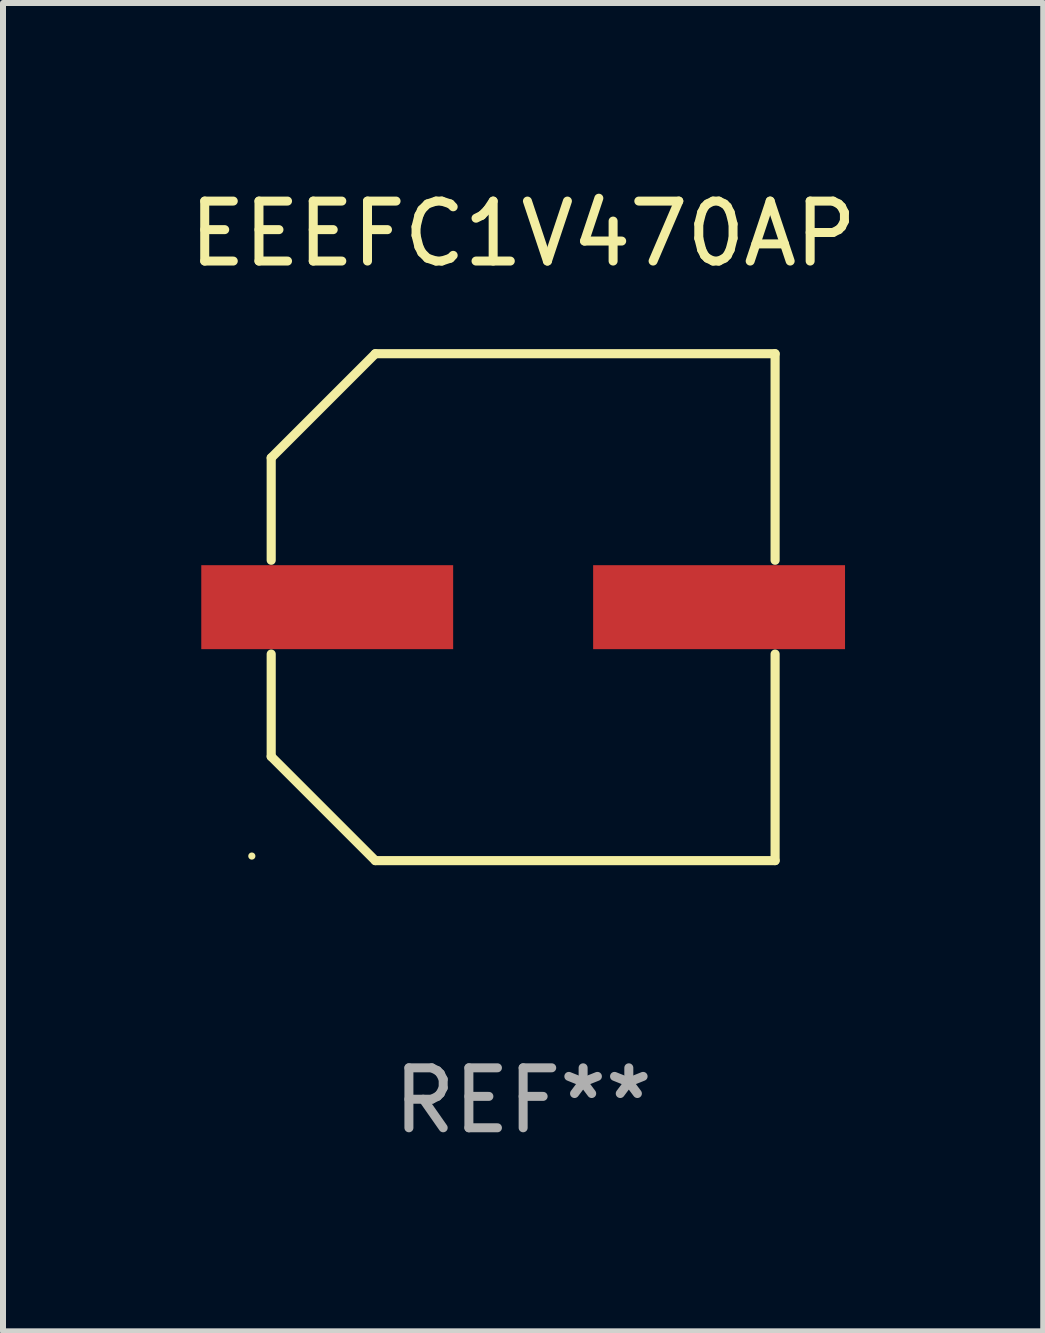
<source format=kicad_pcb>
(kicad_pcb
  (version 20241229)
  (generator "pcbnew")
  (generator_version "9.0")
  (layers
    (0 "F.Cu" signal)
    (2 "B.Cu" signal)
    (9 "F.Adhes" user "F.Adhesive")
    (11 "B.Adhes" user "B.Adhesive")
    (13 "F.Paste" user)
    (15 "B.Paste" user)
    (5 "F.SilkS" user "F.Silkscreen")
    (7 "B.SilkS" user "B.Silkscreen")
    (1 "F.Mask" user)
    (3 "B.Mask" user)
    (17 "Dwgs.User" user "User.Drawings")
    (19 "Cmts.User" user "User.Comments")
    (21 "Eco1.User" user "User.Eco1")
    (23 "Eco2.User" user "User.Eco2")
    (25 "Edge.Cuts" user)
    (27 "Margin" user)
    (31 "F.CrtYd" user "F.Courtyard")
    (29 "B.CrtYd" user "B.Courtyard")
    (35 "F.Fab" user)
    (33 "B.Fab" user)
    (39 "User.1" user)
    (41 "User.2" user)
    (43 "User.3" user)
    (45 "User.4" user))
  (footprint "EEEFC1V470AP"
    (layer "F.Cu")
    (at 5.673 7.074)
    (property "Reference" "EEEFC1V470AP" (at 0 -6.226 0) (layer "F.SilkS") (effects (font (size 1 1) (thickness 0.15))))
    (attr through_hole)
    (fp_line (start -4.201 -2.49) (end -4.201 -0.782) (stroke (width 0.152) (type solid)) (layer "F.SilkS"))
    (fp_line (start -4.201 2.49) (end -4.201 0.782) (stroke (width 0.152) (type solid)) (layer "F.SilkS"))
    (fp_line (start -2.465 -4.226) (end -4.201 -2.49) (stroke (width 0.152) (type solid)) (layer "F.SilkS"))
    (fp_line (start -2.465 4.226) (end -4.201 2.49) (stroke (width 0.152) (type solid)) (layer "F.SilkS"))
    (fp_line (start 4.201 -4.226) (end -2.465 -4.226) (stroke (width 0.152) (type solid)) (layer "F.SilkS"))
    (fp_line (start 4.201 -0.782) (end 4.201 -4.226) (stroke (width 0.152) (type solid)) (layer "F.SilkS"))
    (fp_line (start 4.201 0.782) (end 4.201 4.226) (stroke (width 0.152) (type solid)) (layer "F.SilkS"))
    (fp_line (start 4.201 4.226) (end -2.465 4.226) (stroke (width 0.152) (type solid)) (layer "F.SilkS"))
    (fp_circle (center -4.524 4.15) (end -4.494 4.15) (stroke (width 0.06) (type solid)) (fill no) (layer "F.SilkS"))
    (fp_text user "REF**" (at 0 8.226 0) (layer "F.Fab") (effects (font (size 1 1) (thickness 0.15))))
    (pad "1" smd rect (at -3.267 0) (size 4.2 1.4) (layers "F.Cu" "F.Mask" "F.Paste"))
    (pad "2" smd rect (at 3.267 0) (size 4.2 1.4) (layers "F.Cu" "F.Mask" "F.Paste")))
  (gr_rect
    (start -3 -3)
    (end 14.345 19.149)
    (stroke (width 0.1) (type default))
    (fill no)
    (layer "Edge.Cuts")))
</source>
